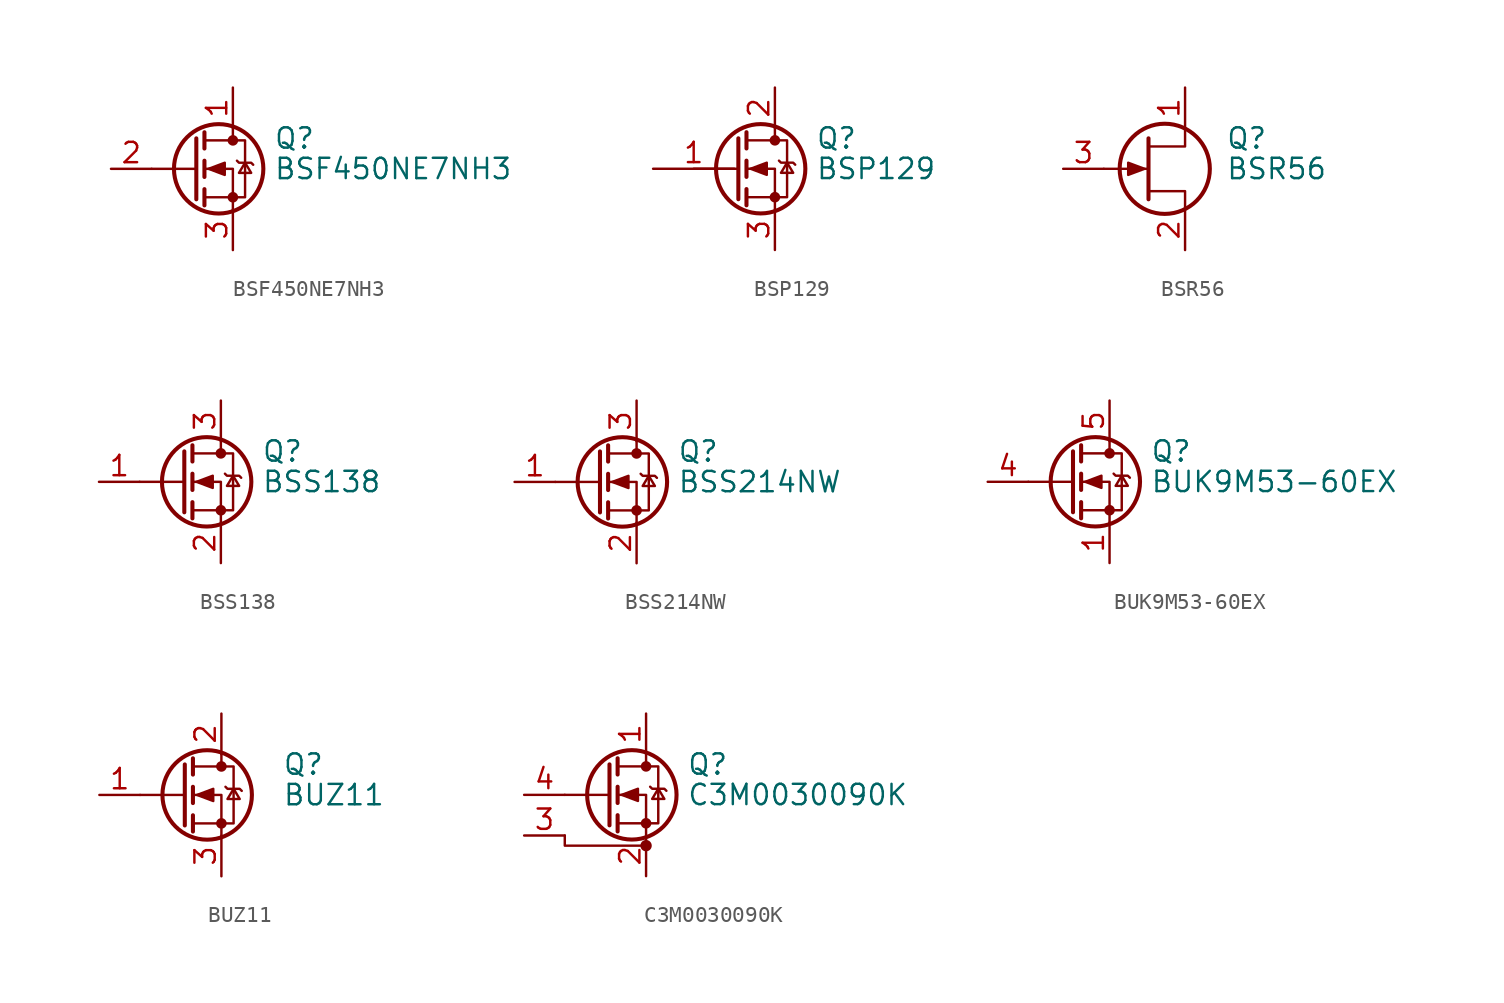
<source format=kicad_sym>
(kicad_symbol_lib
  (version 20201005)
  (generator kicad_symbol_editor)
  (symbol "BSF450NE7NH3"
    (pin_names hide)
    (property "Reference" "Q"
      (at 5.08 1.905 0)
      (effects (font (size 1.27 1.27)) (justify left)))
    (property "Value" "BSF450NE7NH3"
      (at 5.08 0 0)
      (effects (font (size 1.27 1.27)) (justify left)))
    (symbol "BSF450NE7NH3_0_1"
      (circle (center 1.651 0) (radius 2.794) (stroke (width 0.254)) (fill (type none)))
      (circle (center 2.54 -1.778) (radius 0.254) (stroke (width 0)) (fill (type outline)))
      (circle (center 2.54 1.778) (radius 0.254) (stroke (width 0)) (fill (type outline)))
      (polyline (pts (xy 0.254 0) (xy -2.54 0)) (stroke (width 0)) (fill (type none)))
      (polyline (pts (xy 0.254 1.905) (xy 0.254 -1.905)) (stroke (width 0.254)) (fill (type none)))
      (polyline (pts (xy 0.762 -1.27) (xy 0.762 -2.286)) (stroke (width 0.254)) (fill (type none)))
      (polyline (pts (xy 0.762 0.508) (xy 0.762 -0.508)) (stroke (width 0.254)) (fill (type none)))
      (polyline (pts (xy 0.762 2.286) (xy 0.762 1.27)) (stroke (width 0.254)) (fill (type none)))
      (polyline (pts (xy 2.54 2.54) (xy 2.54 1.778)) (stroke (width 0)) (fill (type none)))
      (polyline (pts (xy 2.54 -2.54) (xy 2.54 0) (xy 0.762 0)) (stroke (width 0)) (fill (type none)))
      (polyline (pts (xy 0.762 -1.778) (xy 3.302 -1.778) (xy 3.302 1.778) (xy 0.762 1.778)) (stroke (width 0)) (fill (type none)))
      (polyline (pts (xy 2.794 0.508) (xy 2.921 0.381) (xy 3.683 0.381) (xy 3.81 0.254)) (stroke (width 0)) (fill (type none)))
      (polyline (pts (xy 3.302 0.381) (xy 2.921 -0.254) (xy 3.683 -0.254) (xy 3.302 0.381)) (stroke (width 0)) (fill (type none)))
      (polyline (pts (xy 1.016 0) (xy 2.032 0.381) (xy 2.032 -0.381) (xy 1.016 0)) (stroke (width 0)) (fill (type outline))))
    (symbol "BSF450NE7NH3_1_1"
      (pin passive line (at 2.54 5.08 270) (length 2.54) (name "D" (effects (font (size 1.27 1.27)))) (number "1" (effects (font (size 1.27 1.27)))))
      (pin input line (at -5.08 0 0) (length 2.54) (name "G" (effects (font (size 1.27 1.27)))) (number "2" (effects (font (size 1.27 1.27)))))
      (pin passive line (at 2.54 -5.08 90) (length 2.54) (name "S" (effects (font (size 1.27 1.27)))) (number "3" (effects (font (size 1.27 1.27)))))))
  (symbol "BSP129"
    (pin_names hide)
    (property "Reference" "Q"
      (at 5.08 1.905 0)
      (effects (font (size 1.27 1.27)) (justify left)))
    (property "Value" "BSP129"
      (at 5.08 0 0)
      (effects (font (size 1.27 1.27)) (justify left)))
    (symbol "BSP129_0_1"
      (circle (center 1.651 0) (radius 2.794) (stroke (width 0.254)) (fill (type none)))
      (circle (center 2.54 -1.778) (radius 0.254) (stroke (width 0)) (fill (type outline)))
      (circle (center 2.54 1.778) (radius 0.254) (stroke (width 0)) (fill (type outline)))
      (polyline (pts (xy 0.254 0) (xy -2.54 0)) (stroke (width 0)) (fill (type none)))
      (polyline (pts (xy 0.254 1.905) (xy 0.254 -1.905)) (stroke (width 0.254)) (fill (type none)))
      (polyline (pts (xy 0.762 -1.27) (xy 0.762 -2.286)) (stroke (width 0.254)) (fill (type none)))
      (polyline (pts (xy 0.762 0.508) (xy 0.762 -0.508)) (stroke (width 0.254)) (fill (type none)))
      (polyline (pts (xy 0.762 2.286) (xy 0.762 1.27)) (stroke (width 0.254)) (fill (type none)))
      (polyline (pts (xy 2.54 2.54) (xy 2.54 1.778)) (stroke (width 0)) (fill (type none)))
      (polyline (pts (xy 2.54 -2.54) (xy 2.54 0) (xy 0.762 0)) (stroke (width 0)) (fill (type none)))
      (polyline (pts (xy 0.762 -1.778) (xy 3.302 -1.778) (xy 3.302 1.778) (xy 0.762 1.778)) (stroke (width 0)) (fill (type none)))
      (polyline (pts (xy 2.794 0.508) (xy 2.921 0.381) (xy 3.683 0.381) (xy 3.81 0.254)) (stroke (width 0)) (fill (type none)))
      (polyline (pts (xy 3.302 0.381) (xy 2.921 -0.254) (xy 3.683 -0.254) (xy 3.302 0.381)) (stroke (width 0)) (fill (type none)))
      (polyline (pts (xy 1.016 0) (xy 2.032 0.381) (xy 2.032 -0.381) (xy 1.016 0)) (stroke (width 0)) (fill (type outline))))
    (symbol "BSP129_1_1"
      (pin input line (at -5.08 0 0) (length 5.08) (name "G" (effects (font (size 1.27 1.27)))) (number "1" (effects (font (size 1.27 1.27)))))
      (pin passive line (at 2.54 5.08 270) (length 2.54) (name "D" (effects (font (size 1.27 1.27)))) (number "2" (effects (font (size 1.27 1.27)))))
      (pin passive line (at 2.54 -5.08 90) (length 2.54) (name "S" (effects (font (size 1.27 1.27)))) (number "3" (effects (font (size 1.27 1.27)))))))
  (symbol "BSR56"
    (pin_names hide)
    (property "Reference" "Q"
      (at 5.08 1.905 0)
      (effects (font (size 1.27 1.27)) (justify left)))
    (property "Value" "BSR56"
      (at 5.08 0 0)
      (effects (font (size 1.27 1.27)) (justify left)))
    (symbol "BSR56_0_1"
      (circle (center 1.27 0) (radius 2.819) (stroke (width 0.254)) (fill (type none)))
      (polyline (pts (xy 0.254 0) (xy -2.54 0)) (stroke (width 0)) (fill (type none)))
      (polyline (pts (xy 0.254 1.905) (xy 0.254 -1.905)) (stroke (width 0.254)) (fill (type none)))
      (polyline (pts (xy 2.54 -2.54) (xy 2.54 -1.397) (xy 0.254 -1.397)) (stroke (width 0)) (fill (type none)))
      (polyline (pts (xy 2.54 2.54) (xy 2.54 1.397) (xy 0.254 1.397)) (stroke (width 0)) (fill (type none)))
      (polyline (pts (xy 0 0) (xy -1.016 0.381) (xy -1.016 -0.381) (xy 0 0)) (stroke (width 0)) (fill (type outline))))
    (symbol "BSR56_1_1"
      (pin passive line (at 2.54 5.08 270) (length 2.54) (name "D" (effects (font (size 1.27 1.27)))) (number "1" (effects (font (size 1.27 1.27)))))
      (pin passive line (at 2.54 -5.08 90) (length 2.54) (name "S" (effects (font (size 1.27 1.27)))) (number "2" (effects (font (size 1.27 1.27)))))
      (pin input line (at -5.08 0 0) (length 2.54) (name "G" (effects (font (size 1.27 1.27)))) (number "3" (effects (font (size 1.27 1.27)))))))
  (symbol "BSS138"
    (pin_names hide)
    (property "Reference" "Q"
      (at 5.08 1.905 0)
      (effects (font (size 1.27 1.27)) (justify left)))
    (property "Value" "BSS138"
      (at 5.08 0 0)
      (effects (font (size 1.27 1.27)) (justify left)))
    (symbol "BSS138_0_1"
      (circle (center 1.651 0) (radius 2.794) (stroke (width 0.254)) (fill (type none)))
      (circle (center 2.54 -1.778) (radius 0.254) (stroke (width 0)) (fill (type outline)))
      (circle (center 2.54 1.778) (radius 0.254) (stroke (width 0)) (fill (type outline)))
      (polyline (pts (xy 0.254 0) (xy -2.54 0)) (stroke (width 0)) (fill (type none)))
      (polyline (pts (xy 0.254 1.905) (xy 0.254 -1.905)) (stroke (width 0.254)) (fill (type none)))
      (polyline (pts (xy 0.762 -1.27) (xy 0.762 -2.286)) (stroke (width 0.254)) (fill (type none)))
      (polyline (pts (xy 0.762 0.508) (xy 0.762 -0.508)) (stroke (width 0.254)) (fill (type none)))
      (polyline (pts (xy 0.762 2.286) (xy 0.762 1.27)) (stroke (width 0.254)) (fill (type none)))
      (polyline (pts (xy 2.54 2.54) (xy 2.54 1.778)) (stroke (width 0)) (fill (type none)))
      (polyline (pts (xy 2.54 -2.54) (xy 2.54 0) (xy 0.762 0)) (stroke (width 0)) (fill (type none)))
      (polyline (pts (xy 0.762 -1.778) (xy 3.302 -1.778) (xy 3.302 1.778) (xy 0.762 1.778)) (stroke (width 0)) (fill (type none)))
      (polyline (pts (xy 2.794 0.508) (xy 2.921 0.381) (xy 3.683 0.381) (xy 3.81 0.254)) (stroke (width 0)) (fill (type none)))
      (polyline (pts (xy 3.302 0.381) (xy 2.921 -0.254) (xy 3.683 -0.254) (xy 3.302 0.381)) (stroke (width 0)) (fill (type none)))
      (polyline (pts (xy 1.016 0) (xy 2.032 0.381) (xy 2.032 -0.381) (xy 1.016 0)) (stroke (width 0)) (fill (type outline))))
    (symbol "BSS138_1_1"
      (pin input line (at -5.08 0 0) (length 2.54) (name "G" (effects (font (size 1.27 1.27)))) (number "1" (effects (font (size 1.27 1.27)))))
      (pin passive line (at 2.54 -5.08 90) (length 2.54) (name "S" (effects (font (size 1.27 1.27)))) (number "2" (effects (font (size 1.27 1.27)))))
      (pin passive line (at 2.54 5.08 270) (length 2.54) (name "D" (effects (font (size 1.27 1.27)))) (number "3" (effects (font (size 1.27 1.27)))))))
  (symbol "BSS214NW"
    (pin_names hide)
    (property "Reference" "Q"
      (at 5.08 1.905 0)
      (effects (font (size 1.27 1.27)) (justify left)))
    (property "Value" "BSS214NW"
      (at 5.08 0 0)
      (effects (font (size 1.27 1.27)) (justify left)))
    (symbol "BSS214NW_0_1"
      (circle (center 1.651 0) (radius 2.794) (stroke (width 0.254)) (fill (type none)))
      (circle (center 2.54 -1.778) (radius 0.254) (stroke (width 0)) (fill (type outline)))
      (circle (center 2.54 1.778) (radius 0.254) (stroke (width 0)) (fill (type outline)))
      (polyline (pts (xy 0.254 0) (xy -2.54 0)) (stroke (width 0)) (fill (type none)))
      (polyline (pts (xy 0.254 1.905) (xy 0.254 -1.905)) (stroke (width 0.254)) (fill (type none)))
      (polyline (pts (xy 0.762 -1.27) (xy 0.762 -2.286)) (stroke (width 0.254)) (fill (type none)))
      (polyline (pts (xy 0.762 0.508) (xy 0.762 -0.508)) (stroke (width 0.254)) (fill (type none)))
      (polyline (pts (xy 0.762 2.286) (xy 0.762 1.27)) (stroke (width 0.254)) (fill (type none)))
      (polyline (pts (xy 2.54 2.54) (xy 2.54 1.778)) (stroke (width 0)) (fill (type none)))
      (polyline (pts (xy 2.54 -2.54) (xy 2.54 0) (xy 0.762 0)) (stroke (width 0)) (fill (type none)))
      (polyline (pts (xy 0.762 -1.778) (xy 3.302 -1.778) (xy 3.302 1.778) (xy 0.762 1.778)) (stroke (width 0)) (fill (type none)))
      (polyline (pts (xy 2.794 0.508) (xy 2.921 0.381) (xy 3.683 0.381) (xy 3.81 0.254)) (stroke (width 0)) (fill (type none)))
      (polyline (pts (xy 3.302 0.381) (xy 2.921 -0.254) (xy 3.683 -0.254) (xy 3.302 0.381)) (stroke (width 0)) (fill (type none)))
      (polyline (pts (xy 1.016 0) (xy 2.032 0.381) (xy 2.032 -0.381) (xy 1.016 0)) (stroke (width 0)) (fill (type outline))))
    (symbol "BSS214NW_1_1"
      (pin input line (at -5.08 0 0) (length 2.54) (name "G" (effects (font (size 1.27 1.27)))) (number "1" (effects (font (size 1.27 1.27)))))
      (pin passive line (at 2.54 -5.08 90) (length 2.54) (name "S" (effects (font (size 1.27 1.27)))) (number "2" (effects (font (size 1.27 1.27)))))
      (pin passive line (at 2.54 5.08 270) (length 2.54) (name "D" (effects (font (size 1.27 1.27)))) (number "3" (effects (font (size 1.27 1.27)))))))
  (symbol "BUK9M53-60EX"
    (pin_names hide)
    (property "Reference" "Q"
      (at 5.08 1.905 0)
      (effects (font (size 1.27 1.27)) (justify left)))
    (property "Value" "BUK9M53-60EX"
      (at 5.08 0 0)
      (effects (font (size 1.27 1.27)) (justify left)))
    (symbol "BUK9M53-60EX_0_1"
      (circle (center 1.651 0) (radius 2.794) (stroke (width 0.254)) (fill (type none)))
      (circle (center 2.54 -1.778) (radius 0.254) (stroke (width 0)) (fill (type outline)))
      (circle (center 2.54 1.778) (radius 0.254) (stroke (width 0)) (fill (type outline)))
      (polyline (pts (xy 0.254 0) (xy -2.54 0)) (stroke (width 0)) (fill (type none)))
      (polyline (pts (xy 0.254 1.905) (xy 0.254 -1.905)) (stroke (width 0.254)) (fill (type none)))
      (polyline (pts (xy 0.762 -1.27) (xy 0.762 -2.286)) (stroke (width 0.254)) (fill (type none)))
      (polyline (pts (xy 0.762 0.508) (xy 0.762 -0.508)) (stroke (width 0.254)) (fill (type none)))
      (polyline (pts (xy 0.762 2.286) (xy 0.762 1.27)) (stroke (width 0.254)) (fill (type none)))
      (polyline (pts (xy 2.54 2.54) (xy 2.54 1.778)) (stroke (width 0)) (fill (type none)))
      (polyline (pts (xy 2.54 -2.54) (xy 2.54 0) (xy 0.762 0)) (stroke (width 0)) (fill (type none)))
      (polyline (pts (xy 0.762 -1.778) (xy 3.302 -1.778) (xy 3.302 1.778) (xy 0.762 1.778)) (stroke (width 0)) (fill (type none)))
      (polyline (pts (xy 2.794 0.508) (xy 2.921 0.381) (xy 3.683 0.381) (xy 3.81 0.254)) (stroke (width 0)) (fill (type none)))
      (polyline (pts (xy 3.302 0.381) (xy 2.921 -0.254) (xy 3.683 -0.254) (xy 3.302 0.381)) (stroke (width 0)) (fill (type none)))
      (polyline (pts (xy 1.016 0) (xy 2.032 0.381) (xy 2.032 -0.381) (xy 1.016 0)) (stroke (width 0)) (fill (type outline))))
    (symbol "BUK9M53-60EX_1_1"
      (pin passive line (at 2.54 -5.08 90) (length 2.54) (name "S" (effects (font (size 1.27 1.27)))) (number "1" (effects (font (size 1.27 1.27)))))
      (pin passive line (at 2.54 -5.08 90) (length 2.54) hide (name "S" (effects (font (size 1.27 1.27)))) (number "2" (effects (font (size 1.27 1.27)))))
      (pin passive line (at 2.54 -5.08 90) (length 2.54) hide (name "S" (effects (font (size 1.27 1.27)))) (number "3" (effects (font (size 1.27 1.27)))))
      (pin passive line (at -5.08 0 0) (length 2.54) (name "G" (effects (font (size 1.27 1.27)))) (number "4" (effects (font (size 1.27 1.27)))))
      (pin passive line (at 2.54 5.08 270) (length 2.54) (name "D" (effects (font (size 1.27 1.27)))) (number "5" (effects (font (size 1.27 1.27)))))))
  (symbol "BUZ11"
    (pin_names hide)
    (property "Reference" "Q"
      (at 6.35 1.905 0)
      (effects (font (size 1.27 1.27)) (justify left)))
    (property "Value" "BUZ11"
      (at 6.35 0 0)
      (effects (font (size 1.27 1.27)) (justify left)))
    (symbol "BUZ11_0_1"
      (circle (center 1.651 0) (radius 2.794) (stroke (width 0.254)) (fill (type none)))
      (circle (center 2.54 -1.778) (radius 0.254) (stroke (width 0)) (fill (type outline)))
      (circle (center 2.54 1.778) (radius 0.254) (stroke (width 0)) (fill (type outline)))
      (polyline (pts (xy 0.254 0) (xy -2.54 0)) (stroke (width 0)) (fill (type none)))
      (polyline (pts (xy 0.254 1.905) (xy 0.254 -1.905)) (stroke (width 0.254)) (fill (type none)))
      (polyline (pts (xy 0.762 -1.27) (xy 0.762 -2.286)) (stroke (width 0.254)) (fill (type none)))
      (polyline (pts (xy 0.762 0.508) (xy 0.762 -0.508)) (stroke (width 0.254)) (fill (type none)))
      (polyline (pts (xy 0.762 2.286) (xy 0.762 1.27)) (stroke (width 0.254)) (fill (type none)))
      (polyline (pts (xy 2.54 2.54) (xy 2.54 1.778)) (stroke (width 0)) (fill (type none)))
      (polyline (pts (xy 2.54 -2.54) (xy 2.54 0) (xy 0.762 0)) (stroke (width 0)) (fill (type none)))
      (polyline (pts (xy 0.762 -1.778) (xy 3.302 -1.778) (xy 3.302 1.778) (xy 0.762 1.778)) (stroke (width 0)) (fill (type none)))
      (polyline (pts (xy 2.794 0.508) (xy 2.921 0.381) (xy 3.683 0.381) (xy 3.81 0.254)) (stroke (width 0)) (fill (type none)))
      (polyline (pts (xy 3.302 0.381) (xy 2.921 -0.254) (xy 3.683 -0.254) (xy 3.302 0.381)) (stroke (width 0)) (fill (type none)))
      (polyline (pts (xy 1.016 0) (xy 2.032 0.381) (xy 2.032 -0.381) (xy 1.016 0)) (stroke (width 0)) (fill (type outline))))
    (symbol "BUZ11_1_1"
      (pin input line (at -5.08 0 0) (length 2.54) (name "G" (effects (font (size 1.27 1.27)))) (number "1" (effects (font (size 1.27 1.27)))))
      (pin passive line (at 2.54 5.08 270) (length 2.54) (name "D" (effects (font (size 1.27 1.27)))) (number "2" (effects (font (size 1.27 1.27)))))
      (pin passive line (at 2.54 -5.08 90) (length 2.54) (name "S" (effects (font (size 1.27 1.27)))) (number "3" (effects (font (size 1.27 1.27)))))))
  (symbol "C3M0030090K"
    (pin_names hide)
    (property "Reference" "Q"
      (at 5.08 1.905 0)
      (effects (font (size 1.27 1.27)) (justify left)))
    (property "Value" "C3M0030090K"
      (at 5.08 0 0)
      (effects (font (size 1.27 1.27)) (justify left)))
    (symbol "C3M0030090K_0_1"
      (circle (center 1.651 0) (radius 2.794) (stroke (width 0.254)) (fill (type none)))
      (circle (center 2.54 -3.175) (radius 0.279) (stroke (width 0)) (fill (type outline)))
      (circle (center 2.54 -1.778) (radius 0.254) (stroke (width 0)) (fill (type outline)))
      (circle (center 2.54 1.778) (radius 0.254) (stroke (width 0)) (fill (type outline)))
      (polyline (pts (xy 0.254 0) (xy -2.54 0)) (stroke (width 0)) (fill (type none)))
      (polyline (pts (xy 0.254 1.905) (xy 0.254 -1.905)) (stroke (width 0.254)) (fill (type none)))
      (polyline (pts (xy 0.762 -1.27) (xy 0.762 -2.286)) (stroke (width 0.254)) (fill (type none)))
      (polyline (pts (xy 0.762 0.508) (xy 0.762 -0.508)) (stroke (width 0.254)) (fill (type none)))
      (polyline (pts (xy 0.762 2.286) (xy 0.762 1.27)) (stroke (width 0.254)) (fill (type none)))
      (polyline (pts (xy 2.54 2.54) (xy 2.54 1.778)) (stroke (width 0)) (fill (type none)))
      (polyline (pts (xy -2.54 -2.54) (xy -2.54 -3.175) (xy 2.54 -3.175)) (stroke (width 0)) (fill (type none)))
      (polyline (pts (xy 2.54 -2.54) (xy 2.54 0) (xy 0.762 0)) (stroke (width 0)) (fill (type none)))
      (polyline (pts (xy 0.762 -1.778) (xy 3.302 -1.778) (xy 3.302 1.778) (xy 0.762 1.778)) (stroke (width 0)) (fill (type none)))
      (polyline (pts (xy 2.794 0.508) (xy 2.921 0.381) (xy 3.683 0.381) (xy 3.81 0.254)) (stroke (width 0)) (fill (type none)))
      (polyline (pts (xy 3.302 0.381) (xy 2.921 -0.254) (xy 3.683 -0.254) (xy 3.302 0.381)) (stroke (width 0)) (fill (type none)))
      (polyline (pts (xy 1.016 0) (xy 2.032 0.381) (xy 2.032 -0.381) (xy 1.016 0)) (stroke (width 0)) (fill (type outline))))
    (symbol "C3M0030090K_1_1"
      (pin passive line (at 2.54 5.08 270) (length 2.54) (name "D" (effects (font (size 1.27 1.27)))) (number "1" (effects (font (size 1.27 1.27)))))
      (pin passive line (at 2.54 -5.08 90) (length 2.54) (name "S" (effects (font (size 1.27 1.27)))) (number "2" (effects (font (size 1.27 1.27)))))
      (pin passive line (at -5.08 -2.54 0) (length 2.54) (name "DS" (effects (font (size 1.27 1.27)))) (number "3" (effects (font (size 1.27 1.27)))))
      (pin input line (at -5.08 0 0) (length 2.54) (name "G" (effects (font (size 1.27 1.27)))) (number "4" (effects (font (size 1.27 1.27))))))))
</source>
